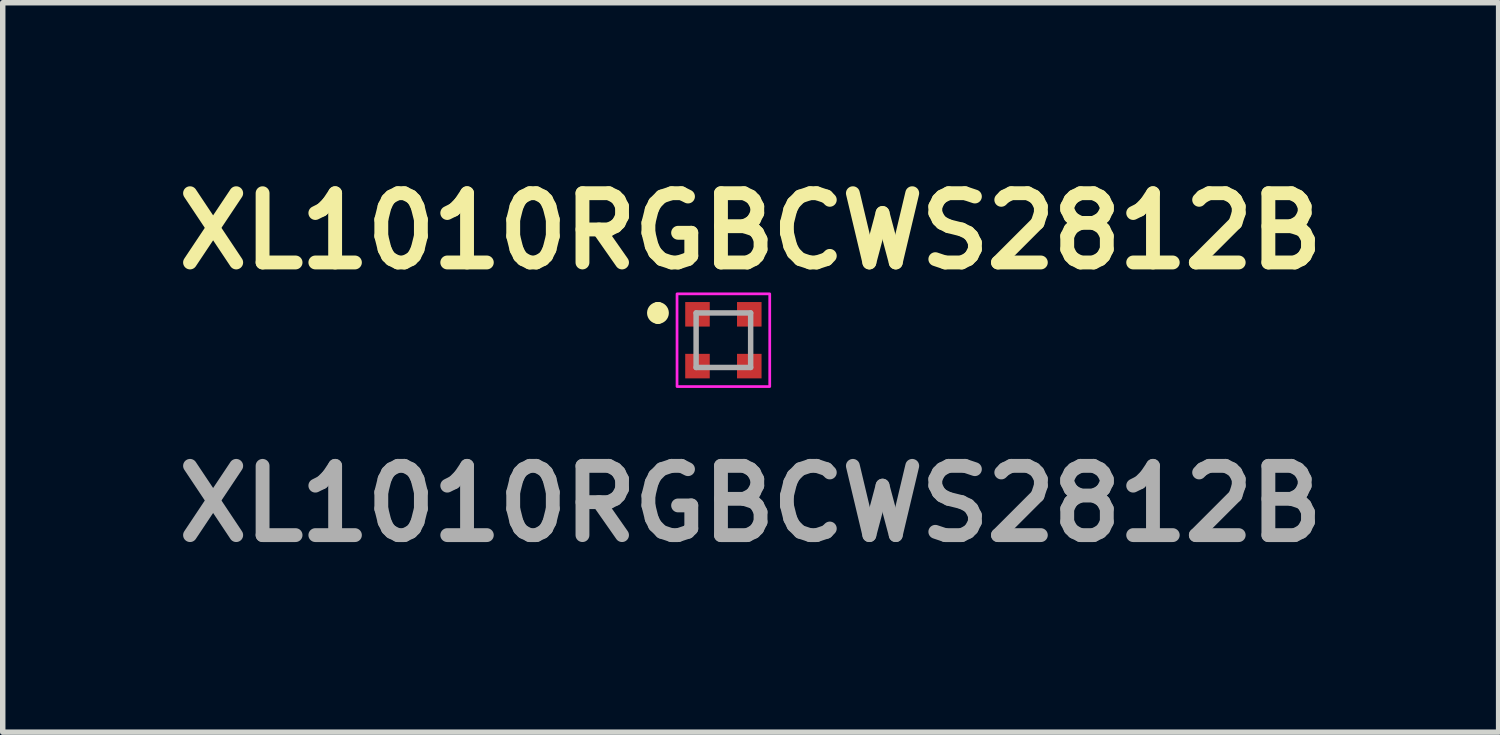
<source format=kicad_pcb>
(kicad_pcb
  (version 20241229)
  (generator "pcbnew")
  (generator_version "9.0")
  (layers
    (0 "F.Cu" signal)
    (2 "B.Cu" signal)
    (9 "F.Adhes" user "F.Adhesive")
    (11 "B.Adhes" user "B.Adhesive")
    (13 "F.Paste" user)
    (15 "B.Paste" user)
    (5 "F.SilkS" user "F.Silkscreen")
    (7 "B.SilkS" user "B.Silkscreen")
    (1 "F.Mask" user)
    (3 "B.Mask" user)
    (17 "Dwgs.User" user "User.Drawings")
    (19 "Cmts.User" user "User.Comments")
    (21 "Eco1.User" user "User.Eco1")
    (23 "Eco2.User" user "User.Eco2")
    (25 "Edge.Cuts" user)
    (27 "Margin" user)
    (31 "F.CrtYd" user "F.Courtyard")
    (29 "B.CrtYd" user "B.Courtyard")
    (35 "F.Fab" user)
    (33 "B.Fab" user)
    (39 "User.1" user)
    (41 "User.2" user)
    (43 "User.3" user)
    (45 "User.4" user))
  (footprint "XL1010RGBCWS2812B"
    (layer "F.Cu")
    (at 10.216 3.189)
    (property "Reference" "XL1010RGBCWS2812B" (at 0.5 -2 0) (layer "F.SilkS") (effects (font (size 1.27 1.27) (thickness 0.254))))
    (attr smd)
    (fp_line (start -1.2 -0.6) (end -1.2 -0.6) (stroke (width 0.2) (type solid)) (layer "F.SilkS"))
    (fp_line (start -1.2 -0.4) (end -1.2 -0.4) (stroke (width 0.2) (type solid)) (layer "F.SilkS"))
    (fp_arc (start -1.2 -0.6) (mid -1.1 -0.5) (end -1.2 -0.4) (stroke (width 0.2) (type solid)) (layer "F.SilkS"))
    (fp_arc (start -1.2 -0.4) (mid -1.3 -0.5) (end -1.2 -0.6) (stroke (width 0.2) (type solid)) (layer "F.SilkS"))
    (fp_rect (start -0.85 -0.85) (end 0.85 0.85) (stroke (width 0.05) (type default)) (fill no) (layer "F.CrtYd"))
    (fp_line (start -0.5 -0.5) (end 0.5 -0.5) (stroke (width 0.1) (type solid)) (layer "F.Fab"))
    (fp_line (start -0.5 0.5) (end -0.5 -0.5) (stroke (width 0.1) (type solid)) (layer "F.Fab"))
    (fp_line (start 0.5 -0.5) (end 0.5 0.5) (stroke (width 0.1) (type solid)) (layer "F.Fab"))
    (fp_line (start 0.5 0.5) (end -0.5 0.5) (stroke (width 0.1) (type solid)) (layer "F.Fab"))
    (fp_text user "${REFERENCE}" (at 0.5 3 0) (layer "F.Fab") (effects (font (size 1.27 1.27) (thickness 0.254))))
    (pad "1" smd rect (at -0.475 -0.475 90) (size 0.45 0.45) (layers "F.Cu" "F.Mask" "F.Paste"))
    (pad "2" smd rect (at 0.475 -0.475 90) (size 0.45 0.45) (layers "F.Cu" "F.Mask" "F.Paste"))
    (pad "3" smd rect (at -0.475 0.475 90) (size 0.45 0.45) (layers "F.Cu" "F.Mask" "F.Paste"))
    (pad "4" smd rect (at 0.475 0.475 90) (size 0.45 0.45) (layers "F.Cu" "F.Mask" "F.Paste")))
  (gr_rect
    (start -3 -3)
    (end 24.433 10.377)
    (stroke (width 0.1) (type default))
    (fill no)
    (layer "Edge.Cuts")))
</source>
